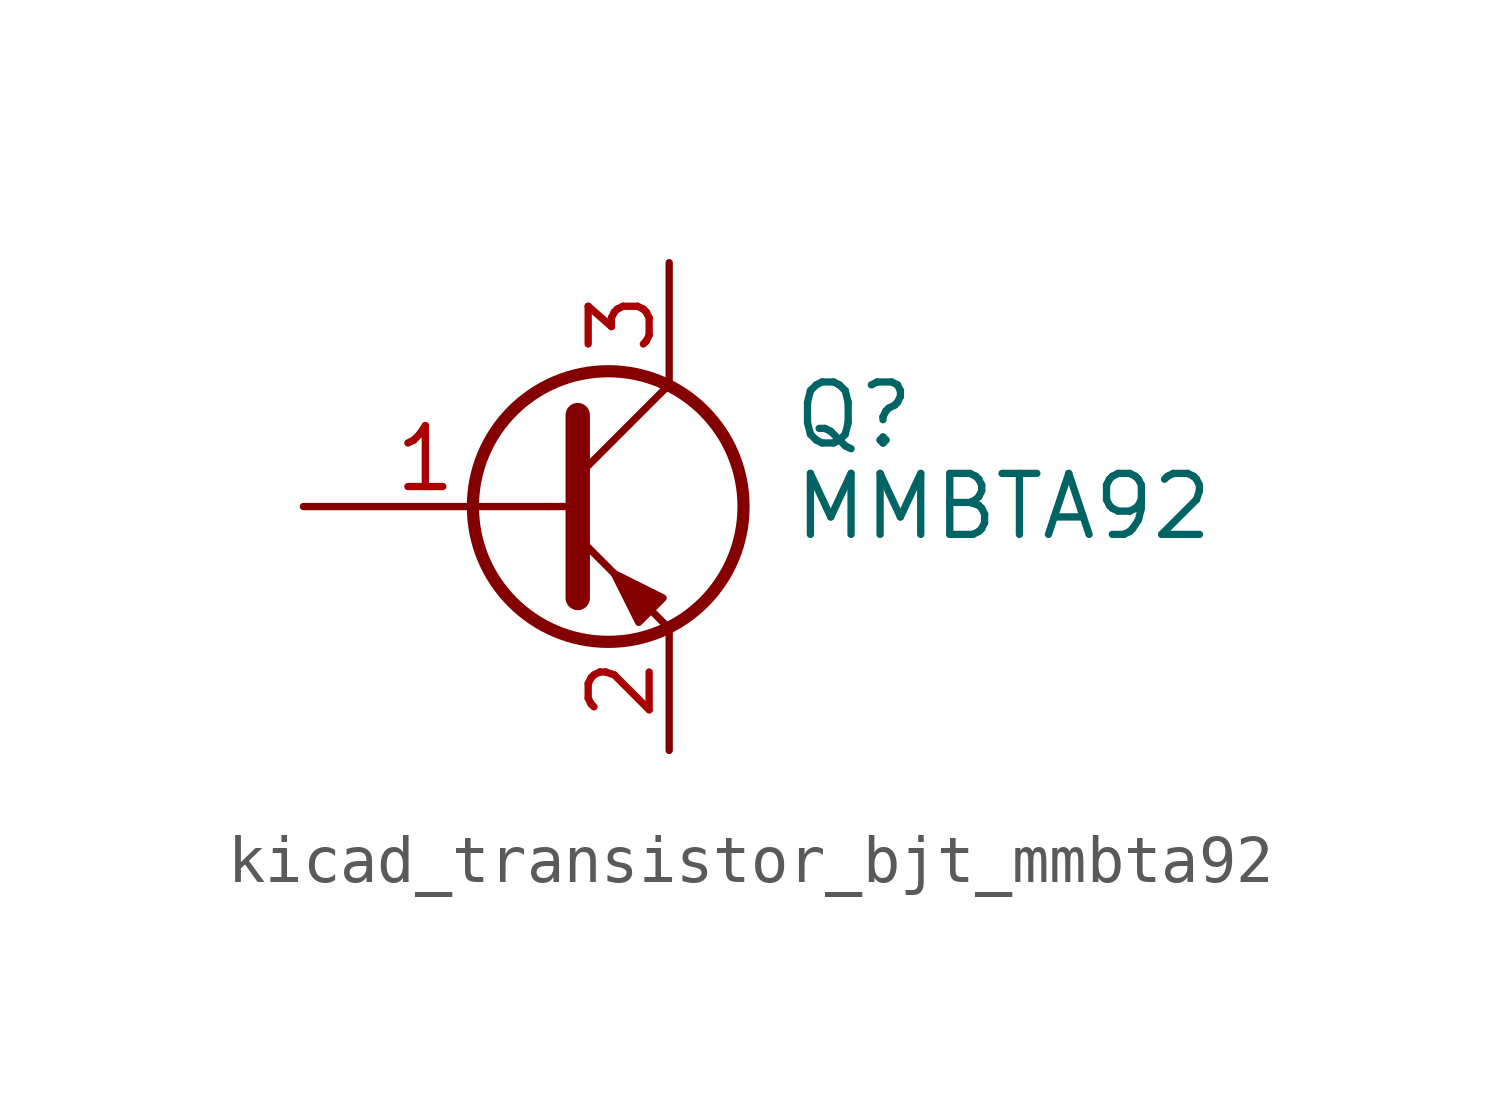
<source format=kicad_sym>
(kicad_symbol_lib
  (version 20220914)
  (generator kicad_symbol_editor)
  (symbol "kicad_transistor_bjt_mmbta92"
    (pin_names
      (offset 0) hide)
    (property "Reference" "Q"
      (at 5.08 1.905 0)
      (effects (font (size 1.27 1.27)) (justify left)))
    (property "Value" "MMBTA92"
      (at 5.08 0 0)
      (effects (font (size 1.27 1.27)) (justify left)))
    (symbol "kicad_transistor_bjt_mmbta92_0_1"
      (polyline (pts (xy 0 0) (xy 0.635 0)) (stroke (width 0) (type default)) (fill (type none)))
      (polyline (pts (xy 2.54 -2.54) (xy 0.635 -0.635)) (stroke (width 0) (type default)) (fill (type none)))
      (polyline (pts (xy 2.54 2.54) (xy 0.635 0.635)) (stroke (width 0) (type default)) (fill (type none)))
      (polyline (pts (xy 0.635 1.905) (xy 0.635 -1.905) (xy 0.635 -1.905)) (stroke (width 0.508) (type default)) (fill (type outline)))
      (polyline (pts (xy 1.905 -2.413) (xy 2.413 -1.905) (xy 1.397 -1.397) (xy 1.905 -2.413) (xy 1.905 -2.413)) (stroke (width 0) (type default)) (fill (type outline)))
      (circle (center 1.27 0) (radius 2.819) (stroke (width 0.254) (type default)) (fill (type none))))
    (symbol "kicad_transistor_bjt_mmbta92_1_1"
      (pin input line (at -5.08 0 0) (length 5.08) (name "B" (effects (font (size 1.27 1.27)))) (number "1" (effects (font (size 1.27 1.27)))))
      (pin passive line (at 2.54 -5.08 90) (length 2.54) (name "E" (effects (font (size 1.27 1.27)))) (number "2" (effects (font (size 1.27 1.27)))))
      (pin passive line (at 2.54 5.08 270) (length 2.54) (name "C" (effects (font (size 1.27 1.27)))) (number "3" (effects (font (size 1.27 1.27))))))))
</source>
